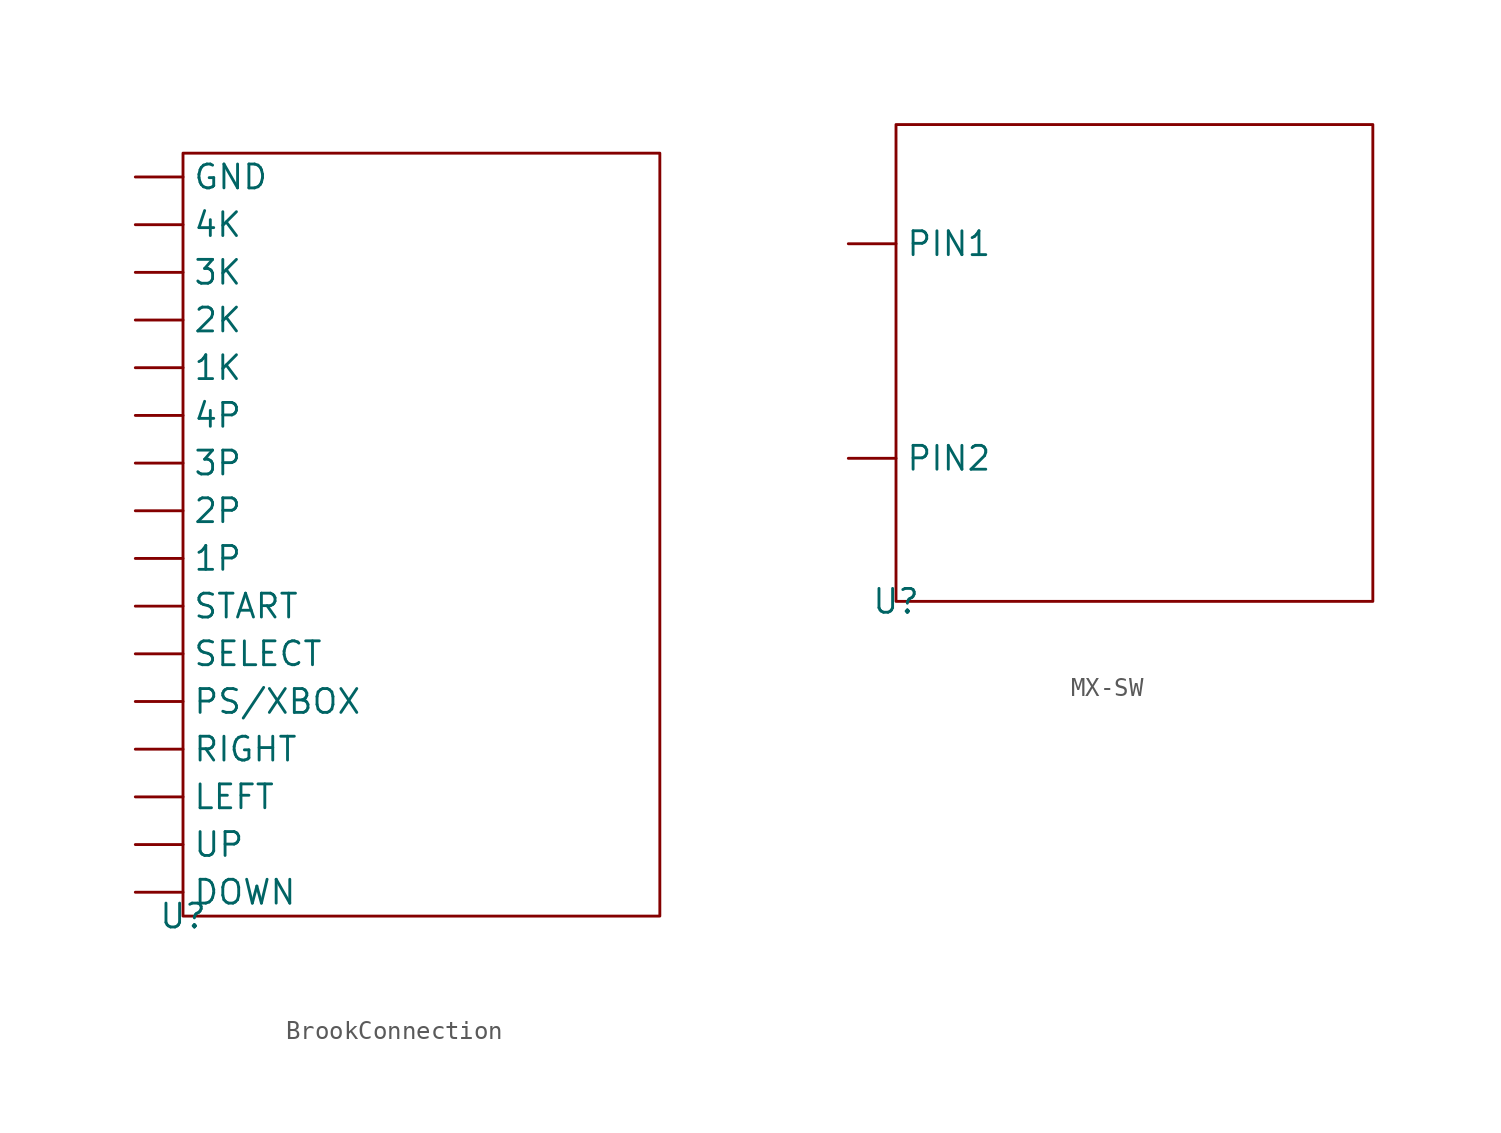
<source format=kicad_sym>
(kicad_symbol_lib
  (version 20220914)
  (generator kicad_symbol_editor)
  (symbol "BrookConnection"
    (property "Reference" "U"
      (at 0 0 0)
      (effects (font (size 1.27 1.27))))
    (property "Value" ""
      (at 0 0 0)
      (effects (font (size 1.27 1.27))))
    (symbol "BrookConnection_0_1"
      (polyline (pts (xy 0 0) (xy 25.4 0) (xy 25.4 40.64) (xy 0 40.64) (xy 0 0)) (stroke (width 0) (type default)) (fill (type none))))
    (symbol "BrookConnection_1_1"
      (pin bidirectional line (at -2.54 29.21 0) (length 2.54) (name "1K" (effects (font (size 1.27 1.27)))) (number "" (effects (font (size 1.27 1.27)))))
      (pin bidirectional line (at -2.54 19.05 0) (length 2.54) (name "1P" (effects (font (size 1.27 1.27)))) (number "" (effects (font (size 1.27 1.27)))))
      (pin bidirectional line (at -2.54 31.75 0) (length 2.54) (name "2K" (effects (font (size 1.27 1.27)))) (number "" (effects (font (size 1.27 1.27)))))
      (pin bidirectional line (at -2.54 21.59 0) (length 2.54) (name "2P" (effects (font (size 1.27 1.27)))) (number "" (effects (font (size 1.27 1.27)))))
      (pin bidirectional line (at -2.54 34.29 0) (length 2.54) (name "3K" (effects (font (size 1.27 1.27)))) (number "" (effects (font (size 1.27 1.27)))))
      (pin bidirectional line (at -2.54 24.13 0) (length 2.54) (name "3P" (effects (font (size 1.27 1.27)))) (number "" (effects (font (size 1.27 1.27)))))
      (pin bidirectional line (at -2.54 36.83 0) (length 2.54) (name "4K" (effects (font (size 1.27 1.27)))) (number "" (effects (font (size 1.27 1.27)))))
      (pin bidirectional line (at -2.54 26.67 0) (length 2.54) (name "4P" (effects (font (size 1.27 1.27)))) (number "" (effects (font (size 1.27 1.27)))))
      (pin bidirectional line (at -2.54 1.27 0) (length 2.54) (name "DOWN" (effects (font (size 1.27 1.27)))) (number "" (effects (font (size 1.27 1.27)))))
      (pin bidirectional line (at -2.54 39.37 0) (length 2.54) (name "GND" (effects (font (size 1.27 1.27)))) (number "" (effects (font (size 1.27 1.27)))))
      (pin bidirectional line (at -2.54 6.35 0) (length 2.54) (name "LEFT" (effects (font (size 1.27 1.27)))) (number "" (effects (font (size 1.27 1.27)))))
      (pin bidirectional line (at -2.54 11.43 0) (length 2.54) (name "PS/XBOX" (effects (font (size 1.27 1.27)))) (number "" (effects (font (size 1.27 1.27)))))
      (pin bidirectional line (at -2.54 8.89 0) (length 2.54) (name "RIGHT" (effects (font (size 1.27 1.27)))) (number "" (effects (font (size 1.27 1.27)))))
      (pin bidirectional line (at -2.54 13.97 0) (length 2.54) (name "SELECT" (effects (font (size 1.27 1.27)))) (number "" (effects (font (size 1.27 1.27)))))
      (pin bidirectional line (at -2.54 16.51 0) (length 2.54) (name "START" (effects (font (size 1.27 1.27)))) (number "" (effects (font (size 1.27 1.27)))))
      (pin bidirectional line (at -2.54 3.81 0) (length 2.54) (name "UP" (effects (font (size 1.27 1.27)))) (number "" (effects (font (size 1.27 1.27)))))))
  (symbol "MX-SW"
    (property "Reference" "U"
      (at 0 0 0)
      (effects (font (size 1.27 1.27))))
    (property "Value" ""
      (at 0 0 0)
      (effects (font (size 1.27 1.27))))
    (symbol "MX-SW_0_1"
      (polyline (pts (xy 0 0) (xy 25.4 0) (xy 25.4 25.4) (xy 0 25.4) (xy 0 0)) (stroke (width 0) (type default)) (fill (type none))))
    (symbol "MX-SW_1_1"
      (pin bidirectional line (at -2.54 19.05 0) (length 2.54) (name "PIN1" (effects (font (size 1.27 1.27)))) (number "" (effects (font (size 1.27 1.27)))))
      (pin power_in line (at -2.54 7.62 0) (length 2.54) (name "PIN2" (effects (font (size 1.27 1.27)))) (number "" (effects (font (size 1.27 1.27))))))))
</source>
